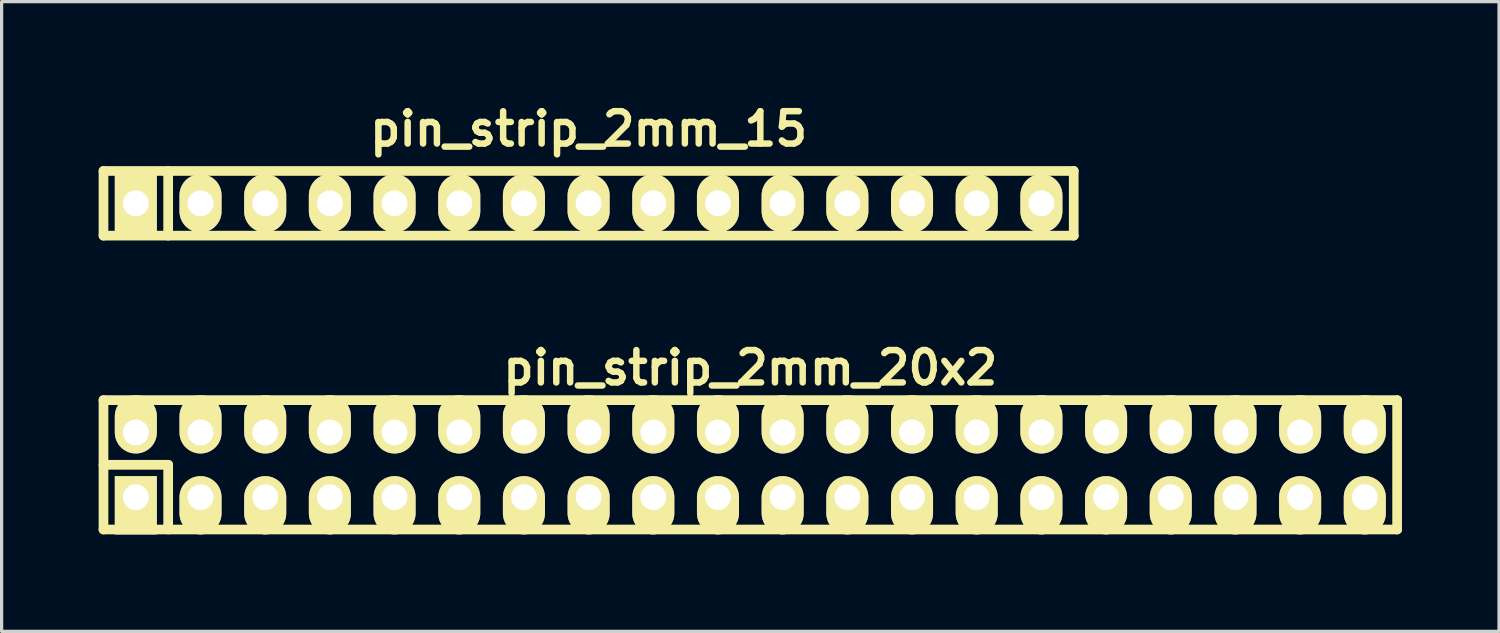
<source format=kicad_pcb>
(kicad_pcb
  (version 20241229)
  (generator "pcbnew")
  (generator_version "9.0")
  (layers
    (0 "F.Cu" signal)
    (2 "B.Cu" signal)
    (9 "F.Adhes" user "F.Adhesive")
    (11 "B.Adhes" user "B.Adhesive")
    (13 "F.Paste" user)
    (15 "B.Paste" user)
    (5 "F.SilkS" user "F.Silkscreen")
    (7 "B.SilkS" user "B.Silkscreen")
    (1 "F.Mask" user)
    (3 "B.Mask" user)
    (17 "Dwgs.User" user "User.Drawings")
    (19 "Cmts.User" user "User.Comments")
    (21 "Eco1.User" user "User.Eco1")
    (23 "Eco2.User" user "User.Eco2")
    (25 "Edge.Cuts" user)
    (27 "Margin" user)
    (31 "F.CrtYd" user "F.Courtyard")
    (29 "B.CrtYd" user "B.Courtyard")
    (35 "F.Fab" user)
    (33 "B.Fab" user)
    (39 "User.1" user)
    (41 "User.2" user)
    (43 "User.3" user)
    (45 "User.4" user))
  (footprint "pin_strip_2mm_15"
    (layer "F.Cu")
    (at 15.15 3.236)
    (property "Reference" "pin_strip_2mm_15" (at 0 -2.3 0) (layer "F.SilkS") (effects (font (size 1 1) (thickness 0.2))))
    (attr through_hole)
    (fp_line (start -15 -1) (end 15 -1) (stroke (width 0.3) (type solid)) (layer "F.SilkS"))
    (fp_line (start -15 1) (end -15 -1) (stroke (width 0.3) (type solid)) (layer "F.SilkS"))
    (fp_line (start -13 -1) (end -13 1) (stroke (width 0.3) (type solid)) (layer "F.SilkS"))
    (fp_line (start 15 -1) (end 15 1) (stroke (width 0.3) (type solid)) (layer "F.SilkS"))
    (fp_line (start 15 1) (end -15 1) (stroke (width 0.3) (type solid)) (layer "F.SilkS"))
    (pad "1" thru_hole rect (at -14 0) (size 1.3 1.8) (drill 0.8) (layers "*.Cu" "*.Mask" "F.SilkS"))
    (pad "2" thru_hole oval (at -12 0) (size 1.3 1.8) (drill 0.8) (layers "*.Cu" "*.Mask" "F.SilkS"))
    (pad "3" thru_hole oval (at -10 0) (size 1.3 1.8) (drill 0.8) (layers "*.Cu" "*.Mask" "F.SilkS"))
    (pad "4" thru_hole oval (at -8 0) (size 1.3 1.8) (drill 0.8) (layers "*.Cu" "*.Mask" "F.SilkS"))
    (pad "5" thru_hole oval (at -6 0) (size 1.3 1.8) (drill 0.8) (layers "*.Cu" "*.Mask" "F.SilkS"))
    (pad "6" thru_hole oval (at -4 0) (size 1.3 1.8) (drill 0.8) (layers "*.Cu" "*.Mask" "F.SilkS"))
    (pad "7" thru_hole oval (at -2 0) (size 1.3 1.8) (drill 0.8) (layers "*.Cu" "*.Mask" "F.SilkS"))
    (pad "8" thru_hole oval (at 0 0) (size 1.3 1.8) (drill 0.8) (layers "*.Cu" "*.Mask" "F.SilkS"))
    (pad "9" thru_hole oval (at 2 0) (size 1.3 1.8) (drill 0.8) (layers "*.Cu" "*.Mask" "F.SilkS"))
    (pad "10" thru_hole oval (at 4 0) (size 1.3 1.8) (drill 0.8) (layers "*.Cu" "*.Mask" "F.SilkS"))
    (pad "11" thru_hole oval (at 6 0) (size 1.3 1.8) (drill 0.8) (layers "*.Cu" "*.Mask" "F.SilkS"))
    (pad "12" thru_hole oval (at 8 0) (size 1.3 1.8) (drill 0.8) (layers "*.Cu" "*.Mask" "F.SilkS"))
    (pad "13" thru_hole oval (at 10 0) (size 1.3 1.8) (drill 0.8) (layers "*.Cu" "*.Mask" "F.SilkS"))
    (pad "14" thru_hole oval (at 12 0) (size 1.3 1.8) (drill 0.8) (layers "*.Cu" "*.Mask" "F.SilkS"))
    (pad "15" thru_hole oval (at 14 0) (size 1.3 1.8) (drill 0.8) (layers "*.Cu" "*.Mask" "F.SilkS")))
  (footprint "pin_strip_2mm_20x2"
    (layer "F.Cu")
    (at 20.15 11.322)
    (property "Reference" "pin_strip_2mm_20x2" (at 0 -3 0) (layer "F.SilkS") (effects (font (size 1 1) (thickness 0.2))))
    (attr through_hole)
    (fp_line (start -20 -2) (end 20 -2) (stroke (width 0.3) (type solid)) (layer "F.SilkS"))
    (fp_line (start -20 0) (end -18 0) (stroke (width 0.3) (type solid)) (layer "F.SilkS"))
    (fp_line (start -20 2) (end -20 -2) (stroke (width 0.3) (type solid)) (layer "F.SilkS"))
    (fp_line (start -18 0) (end -18 2) (stroke (width 0.3) (type solid)) (layer "F.SilkS"))
    (fp_line (start 20 -2) (end 20 2) (stroke (width 0.3) (type solid)) (layer "F.SilkS"))
    (fp_line (start 20 2) (end -20 2) (stroke (width 0.3) (type solid)) (layer "F.SilkS"))
    (pad "1" thru_hole rect (at -19 1) (size 1.3 1.8) (drill 0.8 (offset 0 0.25)) (layers "*.Cu" "*.Mask" "F.SilkS"))
    (pad "2" thru_hole oval (at -19 -1) (size 1.3 1.8) (drill 0.8 (offset 0 -0.25)) (layers "*.Cu" "*.Mask" "F.SilkS"))
    (pad "3" thru_hole oval (at -17 1) (size 1.3 1.8) (drill 0.8 (offset 0 0.25)) (layers "*.Cu" "*.Mask" "F.SilkS"))
    (pad "4" thru_hole oval (at -17 -1) (size 1.3 1.8) (drill 0.8 (offset 0 -0.25)) (layers "*.Cu" "*.Mask" "F.SilkS"))
    (pad "5" thru_hole oval (at -15 1) (size 1.3 1.8) (drill 0.8 (offset 0 0.25)) (layers "*.Cu" "*.Mask" "F.SilkS"))
    (pad "6" thru_hole oval (at -15 -1) (size 1.3 1.8) (drill 0.8 (offset 0 -0.25)) (layers "*.Cu" "*.Mask" "F.SilkS"))
    (pad "7" thru_hole oval (at -13 1) (size 1.3 1.8) (drill 0.8 (offset 0 0.25)) (layers "*.Cu" "*.Mask" "F.SilkS"))
    (pad "8" thru_hole oval (at -13 -1) (size 1.3 1.8) (drill 0.8 (offset 0 -0.25)) (layers "*.Cu" "*.Mask" "F.SilkS"))
    (pad "9" thru_hole oval (at -11 1) (size 1.3 1.8) (drill 0.8 (offset 0 0.25)) (layers "*.Cu" "*.Mask" "F.SilkS"))
    (pad "10" thru_hole oval (at -11 -1) (size 1.3 1.8) (drill 0.8 (offset 0 -0.25)) (layers "*.Cu" "*.Mask" "F.SilkS"))
    (pad "11" thru_hole oval (at -9 1) (size 1.3 1.8) (drill 0.8 (offset 0 0.25)) (layers "*.Cu" "*.Mask" "F.SilkS"))
    (pad "12" thru_hole oval (at -9 -1) (size 1.3 1.8) (drill 0.8 (offset 0 -0.25)) (layers "*.Cu" "*.Mask" "F.SilkS"))
    (pad "13" thru_hole oval (at -7 1) (size 1.3 1.8) (drill 0.8 (offset 0 0.25)) (layers "*.Cu" "*.Mask" "F.SilkS"))
    (pad "14" thru_hole oval (at -7 -1) (size 1.3 1.8) (drill 0.8 (offset 0 -0.25)) (layers "*.Cu" "*.Mask" "F.SilkS"))
    (pad "15" thru_hole oval (at -5 1) (size 1.3 1.8) (drill 0.8 (offset 0 0.25)) (layers "*.Cu" "*.Mask" "F.SilkS"))
    (pad "16" thru_hole oval (at -5 -1) (size 1.3 1.8) (drill 0.8 (offset 0 -0.25)) (layers "*.Cu" "*.Mask" "F.SilkS"))
    (pad "17" thru_hole oval (at -3 1) (size 1.3 1.8) (drill 0.8 (offset 0 0.25)) (layers "*.Cu" "*.Mask" "F.SilkS"))
    (pad "18" thru_hole oval (at -3 -1) (size 1.3 1.8) (drill 0.8 (offset 0 -0.25)) (layers "*.Cu" "*.Mask" "F.SilkS"))
    (pad "19" thru_hole oval (at -1 1) (size 1.3 1.8) (drill 0.8 (offset 0 0.25)) (layers "*.Cu" "*.Mask" "F.SilkS"))
    (pad "20" thru_hole oval (at -1 -1) (size 1.3 1.8) (drill 0.8 (offset 0 -0.25)) (layers "*.Cu" "*.Mask" "F.SilkS"))
    (pad "21" thru_hole oval (at 1 1) (size 1.3 1.8) (drill 0.8 (offset 0 0.25)) (layers "*.Cu" "*.Mask" "F.SilkS"))
    (pad "22" thru_hole oval (at 1 -1) (size 1.3 1.8) (drill 0.8 (offset 0 -0.25)) (layers "*.Cu" "*.Mask" "F.SilkS"))
    (pad "23" thru_hole oval (at 3 1) (size 1.3 1.8) (drill 0.8 (offset 0 0.25)) (layers "*.Cu" "*.Mask" "F.SilkS"))
    (pad "24" thru_hole oval (at 3 -1) (size 1.3 1.8) (drill 0.8 (offset 0 -0.25)) (layers "*.Cu" "*.Mask" "F.SilkS"))
    (pad "25" thru_hole oval (at 5 1) (size 1.3 1.8) (drill 0.8 (offset 0 0.25)) (layers "*.Cu" "*.Mask" "F.SilkS"))
    (pad "26" thru_hole oval (at 5 -1) (size 1.3 1.8) (drill 0.8 (offset 0 -0.25)) (layers "*.Cu" "*.Mask" "F.SilkS"))
    (pad "27" thru_hole oval (at 7 1) (size 1.3 1.8) (drill 0.8 (offset 0 0.25)) (layers "*.Cu" "*.Mask" "F.SilkS"))
    (pad "28" thru_hole oval (at 7 -1) (size 1.3 1.8) (drill 0.8 (offset 0 -0.25)) (layers "*.Cu" "*.Mask" "F.SilkS"))
    (pad "29" thru_hole oval (at 9 1) (size 1.3 1.8) (drill 0.8 (offset 0 0.25)) (layers "*.Cu" "*.Mask" "F.SilkS"))
    (pad "30" thru_hole oval (at 9 -1) (size 1.3 1.8) (drill 0.8 (offset 0 -0.25)) (layers "*.Cu" "*.Mask" "F.SilkS"))
    (pad "31" thru_hole oval (at 11 1) (size 1.3 1.8) (drill 0.8 (offset 0 0.25)) (layers "*.Cu" "*.Mask" "F.SilkS"))
    (pad "32" thru_hole oval (at 11 -1) (size 1.3 1.8) (drill 0.8 (offset 0 -0.25)) (layers "*.Cu" "*.Mask" "F.SilkS"))
    (pad "33" thru_hole oval (at 13 1) (size 1.3 1.8) (drill 0.8 (offset 0 0.25)) (layers "*.Cu" "*.Mask" "F.SilkS"))
    (pad "34" thru_hole oval (at 13 -1) (size 1.3 1.8) (drill 0.8 (offset 0 -0.25)) (layers "*.Cu" "*.Mask" "F.SilkS"))
    (pad "35" thru_hole oval (at 15 1) (size 1.3 1.8) (drill 0.8 (offset 0 0.25)) (layers "*.Cu" "*.Mask" "F.SilkS"))
    (pad "36" thru_hole oval (at 15 -1) (size 1.3 1.8) (drill 0.8 (offset 0 -0.25)) (layers "*.Cu" "*.Mask" "F.SilkS"))
    (pad "37" thru_hole oval (at 17 1) (size 1.3 1.8) (drill 0.8 (offset 0 0.25)) (layers "*.Cu" "*.Mask" "F.SilkS"))
    (pad "38" thru_hole oval (at 17 -1) (size 1.3 1.8) (drill 0.8 (offset 0 -0.25)) (layers "*.Cu" "*.Mask" "F.SilkS"))
    (pad "39" thru_hole oval (at 19 1) (size 1.3 1.8) (drill 0.8 (offset 0 0.25)) (layers "*.Cu" "*.Mask" "F.SilkS"))
    (pad "40" thru_hole oval (at 19 -1) (size 1.3 1.8) (drill 0.8 (offset 0 -0.25)) (layers "*.Cu" "*.Mask" "F.SilkS")))
  (gr_rect
    (start -3 -3)
    (end 43.3 16.472)
    (stroke (width 0.1) (type default))
    (fill no)
    (layer "Edge.Cuts")))
</source>
